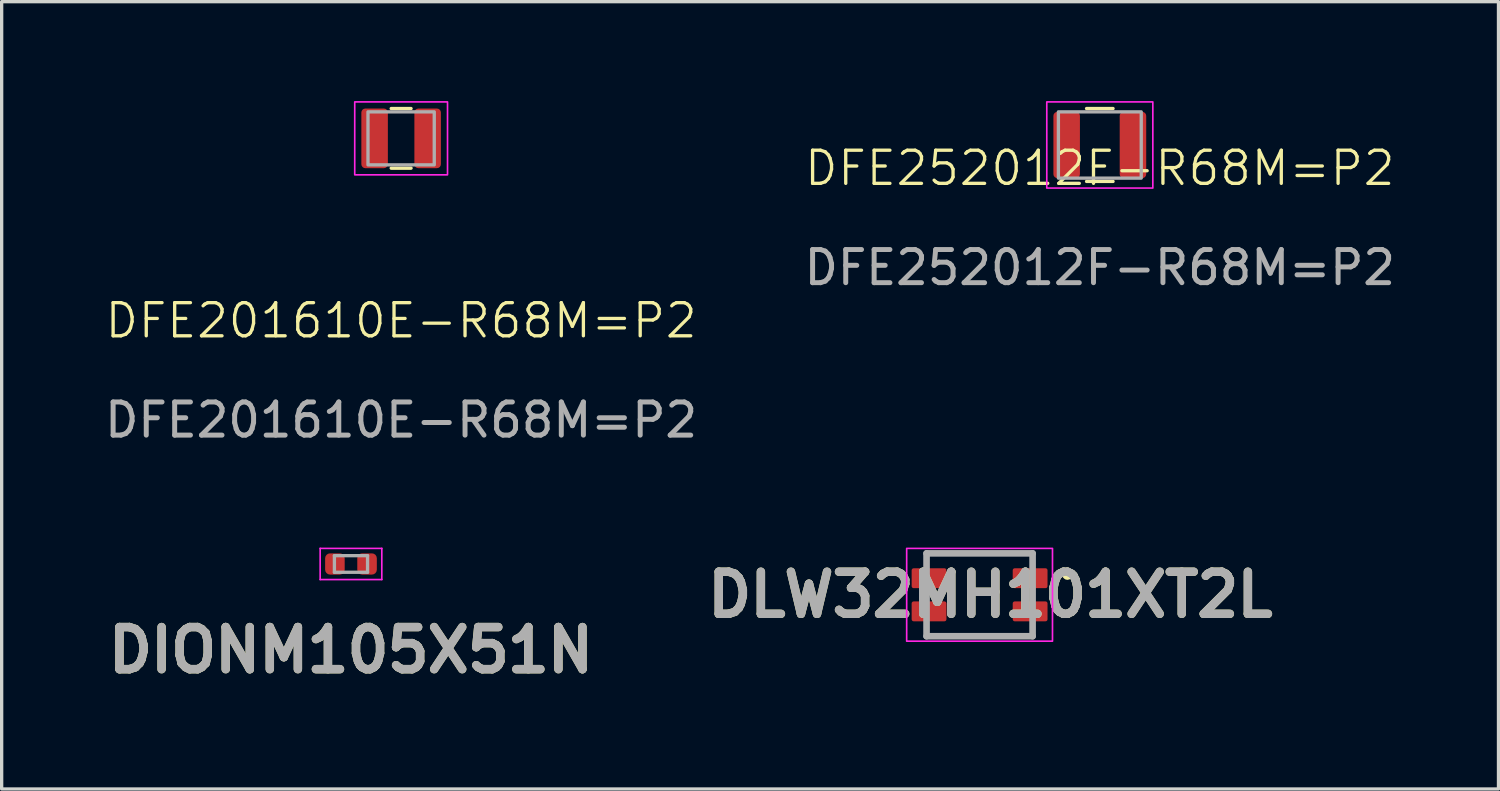
<source format=kicad_pcb>
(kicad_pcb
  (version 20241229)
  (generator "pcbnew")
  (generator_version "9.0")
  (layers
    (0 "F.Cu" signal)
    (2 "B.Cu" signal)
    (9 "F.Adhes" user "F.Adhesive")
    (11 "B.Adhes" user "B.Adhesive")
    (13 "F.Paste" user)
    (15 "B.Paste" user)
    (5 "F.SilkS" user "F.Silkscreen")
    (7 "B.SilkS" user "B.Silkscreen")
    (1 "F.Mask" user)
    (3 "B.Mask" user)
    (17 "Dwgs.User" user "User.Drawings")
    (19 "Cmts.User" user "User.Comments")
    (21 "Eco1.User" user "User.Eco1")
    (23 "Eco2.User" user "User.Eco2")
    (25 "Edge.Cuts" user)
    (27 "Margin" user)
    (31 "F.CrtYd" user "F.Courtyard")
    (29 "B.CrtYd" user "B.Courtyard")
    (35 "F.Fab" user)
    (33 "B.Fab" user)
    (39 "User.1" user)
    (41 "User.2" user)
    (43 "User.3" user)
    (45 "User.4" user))
  (footprint "DIONM105X51N"
    (layer "F.Cu")
    (at 7.541 13.968)
    (property "Reference" "DIONM105X51N" (at 0 2.6 0) (layer "F.SilkS") (effects (font (size 1.27 1.27) (thickness 0.254))))
    (attr smd)
    (fp_line (start -0.93 -0.47) (end 0.93 -0.47) (stroke (width 0.05) (type solid)) (layer "F.CrtYd"))
    (fp_line (start -0.93 0.47) (end -0.93 -0.47) (stroke (width 0.05) (type solid)) (layer "F.CrtYd"))
    (fp_line (start 0.93 -0.47) (end 0.93 0.47) (stroke (width 0.05) (type solid)) (layer "F.CrtYd"))
    (fp_line (start 0.93 0.47) (end -0.93 0.47) (stroke (width 0.05) (type solid)) (layer "F.CrtYd"))
    (fp_line (start -0.5 -0.25) (end 0.5 -0.25) (stroke (width 0.1) (type solid)) (layer "F.Fab"))
    (fp_line (start -0.5 0.25) (end -0.5 -0.25) (stroke (width 0.1) (type solid)) (layer "F.Fab"))
    (fp_line (start 0.5 -0.25) (end 0.5 0.25) (stroke (width 0.1) (type solid)) (layer "F.Fab"))
    (fp_line (start 0.5 0.25) (end -0.5 0.25) (stroke (width 0.1) (type solid)) (layer "F.Fab"))
    (fp_text user "${REFERENCE}" (at 0 2.6 0) (layer "F.Fab") (effects (font (size 1.27 1.27) (thickness 0.254))))
    (pad "1" smd roundrect (at -0.485 0) (size 0.59 0.64) (layers "F.Cu" "F.Mask" "F.Paste") (roundrect_rratio 0.25))
    (pad "2" smd roundrect (at 0.485 0) (size 0.59 0.64) (layers "F.Cu" "F.Mask" "F.Paste") (roundrect_rratio 0.25)))
  (footprint "DFE252012F-R68M=P2"
    (layer "F.Cu")
    (at 30.137 1.325)
    (property "Reference" "DFE252012F-R68M=P2" (at 0 0.7 0) (unlocked yes) (layer "F.SilkS") (effects (font (size 1 1) (thickness 0.1))))
    (attr smd)
    (fp_line (start 0.4 -1.1) (end -0.4 -1.1) (stroke (width 0.1) (type default)) (layer "F.SilkS"))
    (fp_line (start 0.4 1.1) (end -0.4 1.1) (stroke (width 0.1) (type default)) (layer "F.SilkS"))
    (fp_rect (start -1.6 -1.3) (end 1.6 1.3) (stroke (width 0.05) (type default)) (fill no) (layer "F.CrtYd"))
    (fp_rect (start -1.25 -1) (end 1.25 1) (stroke (width 0.1) (type default)) (fill no) (layer "F.Fab"))
    (fp_text user "${REFERENCE}" (at 0 3.7 0) (unlocked yes) (layer "F.Fab") (effects (font (size 1 1) (thickness 0.15))))
    (pad "1" smd roundrect (at -1 0) (size 0.8 2) (layers "F.Cu" "F.Mask" "F.Paste") (roundrect_rratio 0.15))
    (pad "2" smd roundrect (at 1 0) (size 0.8 2) (layers "F.Cu" "F.Mask" "F.Paste") (roundrect_rratio 0.15)))
  (footprint "DLW32MH101XT2L"
    (layer "F.Cu")
    (at 26.509 14.898)
    (property "Reference" "DLW32MH101XT2L" (at 0.325 0 0) (layer "F.SilkS") (effects (font (size 1.27 1.27) (thickness 0.254))))
    (attr smd)
    (fp_line (start 1.525 -1.25) (end -1.6 -1.25) (stroke (width 0.1) (type solid)) (layer "F.SilkS"))
    (fp_line (start 1.525 1.25) (end -1.6 1.25) (stroke (width 0.1) (type solid)) (layer "F.SilkS"))
    (fp_line (start 2.6 -0.6) (end 2.6 -0.6) (stroke (width 0.2) (type solid)) (layer "F.SilkS"))
    (fp_line (start 2.7 -0.6) (end 2.7 -0.6) (stroke (width 0.2) (type solid)) (layer "F.SilkS"))
    (fp_arc (start 2.6 -0.6) (mid 2.65 -0.65) (end 2.7 -0.6) (stroke (width 0.2) (type solid)) (layer "F.SilkS"))
    (fp_arc (start 2.7 -0.6) (mid 2.65 -0.55) (end 2.6 -0.6) (stroke (width 0.2) (type solid)) (layer "F.SilkS"))
    (fp_rect (start -2.2 -1.4) (end 2.2 1.4) (stroke (width 0.05) (type default)) (fill no) (layer "F.CrtYd"))
    (fp_line (start -1.6 -1.25) (end -1.6 1.25) (stroke (width 0.2) (type solid)) (layer "F.Fab"))
    (fp_line (start -1.6 1.25) (end 1.6 1.25) (stroke (width 0.2) (type solid)) (layer "F.Fab"))
    (fp_line (start 1.6 -1.25) (end -1.6 -1.25) (stroke (width 0.2) (type solid)) (layer "F.Fab"))
    (fp_line (start 1.6 1.25) (end 1.6 -1.25) (stroke (width 0.2) (type solid)) (layer "F.Fab"))
    (fp_text user "${REFERENCE}" (at 0.325 0 0) (layer "F.Fab") (effects (font (size 1.27 1.27) (thickness 0.254))))
    (pad "1" smd roundrect (at 1.525 -0.5 90) (size 0.6 1.05) (layers "F.Cu" "F.Mask" "F.Paste") (roundrect_rratio 0.1))
    (pad "2" smd roundrect (at -1.525 -0.5 90) (size 0.6 1.05) (layers "F.Cu" "F.Mask" "F.Paste") (roundrect_rratio 0.1))
    (pad "3" smd roundrect (at -1.525 0.5 90) (size 0.6 1.05) (layers "F.Cu" "F.Mask" "F.Paste") (roundrect_rratio 0.1))
    (pad "4" smd roundrect (at 1.525 0.5 90) (size 0.6 1.05) (layers "F.Cu" "F.Mask" "F.Paste") (roundrect_rratio 0.1)))
  (footprint "DFE201610E-R68M=P2"
    (layer "F.Cu")
    (at 9.054 1.125)
    (property "Reference" "DFE201610E-R68M=P2" (at 0 5.5 0) (unlocked yes) (layer "F.SilkS") (effects (font (size 1 1) (thickness 0.1))))
    (attr smd)
    (fp_line (start -0.3 -0.9) (end 0.3 -0.9) (stroke (width 0.1) (type default)) (layer "F.SilkS"))
    (fp_line (start -0.3 0.9) (end 0.3 0.9) (stroke (width 0.1) (type default)) (layer "F.SilkS"))
    (fp_rect (start -1.4 -1.1) (end 1.4 1.1) (stroke (width 0.05) (type default)) (fill no) (layer "F.CrtYd"))
    (fp_rect (start -1 -0.8) (end 1 0.8) (stroke (width 0.1) (type default)) (fill no) (layer "F.Fab"))
    (fp_text user "${REFERENCE}" (at 0 8.5 0) (unlocked yes) (layer "F.Fab") (effects (font (size 1 1) (thickness 0.15))))
    (pad "1" smd roundrect (at -0.8 0) (size 0.8 1.8) (layers "F.Cu" "F.Mask" "F.Paste") (roundrect_rratio 0.15))
    (pad "2" smd roundrect (at 0.8 0) (size 0.8 1.8) (layers "F.Cu" "F.Mask" "F.Paste") (roundrect_rratio 0.15)))
  (gr_rect
    (start -3 -3)
    (end 42.167 20.757)
    (stroke (width 0.1) (type default))
    (fill no)
    (layer "Edge.Cuts")))
</source>
